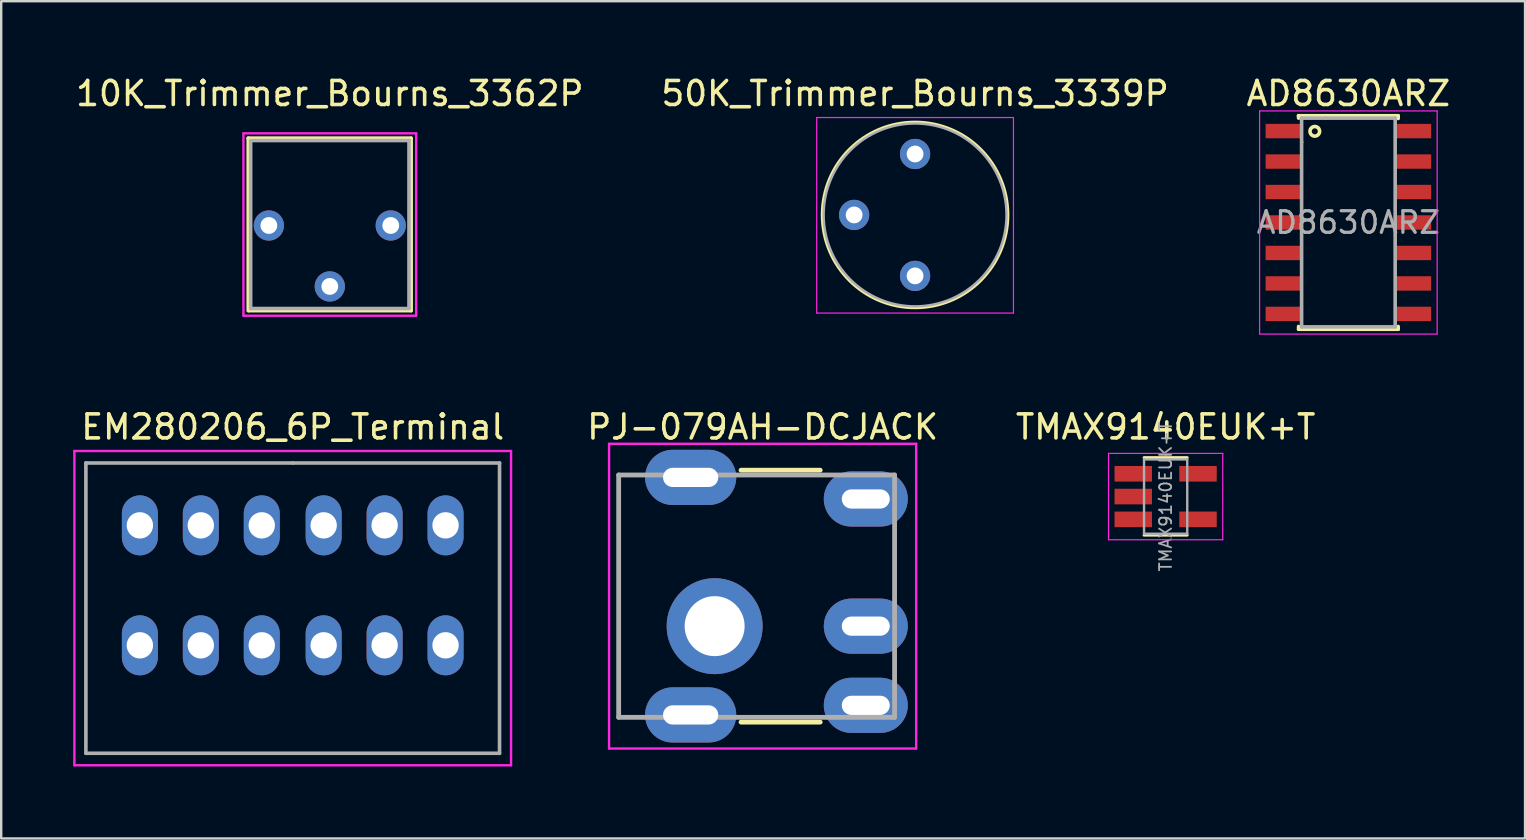
<source format=kicad_pcb>
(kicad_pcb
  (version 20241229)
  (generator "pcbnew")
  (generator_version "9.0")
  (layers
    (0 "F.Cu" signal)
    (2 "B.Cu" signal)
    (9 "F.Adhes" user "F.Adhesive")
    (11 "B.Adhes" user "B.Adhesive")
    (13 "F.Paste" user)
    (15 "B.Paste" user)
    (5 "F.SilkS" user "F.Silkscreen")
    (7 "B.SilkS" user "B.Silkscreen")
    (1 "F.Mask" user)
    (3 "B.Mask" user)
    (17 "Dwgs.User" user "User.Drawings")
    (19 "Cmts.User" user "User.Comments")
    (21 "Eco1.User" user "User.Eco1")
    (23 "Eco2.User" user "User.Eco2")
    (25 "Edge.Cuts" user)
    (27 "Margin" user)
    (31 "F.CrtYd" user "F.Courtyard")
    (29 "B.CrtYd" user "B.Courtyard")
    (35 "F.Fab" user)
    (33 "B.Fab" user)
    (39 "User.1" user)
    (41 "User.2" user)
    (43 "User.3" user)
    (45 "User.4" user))
  (footprint "AD8630ARZ"
    (layer "F.Cu")
    (at 53.149 6.223)
    (property "Reference" "AD8630ARZ" (at 0 -5.375 0) (layer "F.SilkS") (effects (font (size 1 1) (thickness 0.15))))
    (attr smd)
    (fp_line (start -2.075 -4.45) (end -2.075 -4.425) (stroke (width 0.15) (type solid)) (layer "F.SilkS"))
    (fp_line (start -2.075 -4.45) (end -2.075 -4.35) (stroke (width 0.15) (type solid)) (layer "F.SilkS"))
    (fp_line (start -2.075 -4.45) (end 2.075 -4.45) (stroke (width 0.15) (type solid)) (layer "F.SilkS"))
    (fp_line (start -2.075 4.45) (end -2.075 4.335) (stroke (width 0.15) (type solid)) (layer "F.SilkS"))
    (fp_line (start -2.075 4.45) (end 2.075 4.45) (stroke (width 0.15) (type solid)) (layer "F.SilkS"))
    (fp_line (start 2.075 -4.45) (end 2.075 -4.335) (stroke (width 0.15) (type solid)) (layer "F.SilkS"))
    (fp_line (start 2.075 4.45) (end 2.075 4.335) (stroke (width 0.15) (type solid)) (layer "F.SilkS"))
    (fp_circle (center -1.4 -3.8) (end -1.4 -3.6) (stroke (width 0.15) (type solid)) (fill no) (layer "F.SilkS"))
    (fp_line (start -3.7 -4.65) (end -3.7 4.65) (stroke (width 0.05) (type solid)) (layer "F.CrtYd"))
    (fp_line (start -3.7 -4.65) (end 3.7 -4.65) (stroke (width 0.05) (type solid)) (layer "F.CrtYd"))
    (fp_line (start -3.7 4.65) (end 3.7 4.65) (stroke (width 0.05) (type solid)) (layer "F.CrtYd"))
    (fp_line (start 3.7 -4.65) (end 3.7 4.65) (stroke (width 0.05) (type solid)) (layer "F.CrtYd"))
    (fp_line (start -1.95 -4.35) (end -1.95 -3.35) (stroke (width 0.15) (type solid)) (layer "F.Fab"))
    (fp_line (start -1.95 4.35) (end -1.95 -3.35) (stroke (width 0.15) (type solid)) (layer "F.Fab"))
    (fp_line (start -0.95 -4.35) (end -1.95 -4.35) (stroke (width 0.15) (type solid)) (layer "F.Fab"))
    (fp_line (start -0.95 -4.35) (end 1.95 -4.35) (stroke (width 0.15) (type solid)) (layer "F.Fab"))
    (fp_line (start 1.95 -4.35) (end 1.95 4.35) (stroke (width 0.15) (type solid)) (layer "F.Fab"))
    (fp_line (start 1.95 4.35) (end -1.95 4.35) (stroke (width 0.15) (type solid)) (layer "F.Fab"))
    (fp_text user "${REFERENCE}" (at 0 0 0) (layer "F.Fab") (effects (font (size 0.9 0.9) (thickness 0.135))))
    (pad "1" smd rect (at -2.7 -3.81) (size 1.5 0.6) (layers "F.Cu" "F.Mask" "F.Paste"))
    (pad "2" smd rect (at -2.7 -2.54) (size 1.5 0.6) (layers "F.Cu" "F.Mask" "F.Paste"))
    (pad "3" smd rect (at -2.7 -1.27) (size 1.5 0.6) (layers "F.Cu" "F.Mask" "F.Paste"))
    (pad "4" smd rect (at -2.7 0) (size 1.5 0.6) (layers "F.Cu" "F.Mask" "F.Paste"))
    (pad "5" smd rect (at -2.7 1.27) (size 1.5 0.6) (layers "F.Cu" "F.Mask" "F.Paste"))
    (pad "6" smd rect (at -2.7 2.54) (size 1.5 0.6) (layers "F.Cu" "F.Mask" "F.Paste"))
    (pad "7" smd rect (at -2.7 3.81) (size 1.5 0.6) (layers "F.Cu" "F.Mask" "F.Paste"))
    (pad "8" smd rect (at 2.7 3.81) (size 1.5 0.6) (layers "F.Cu" "F.Mask" "F.Paste"))
    (pad "9" smd rect (at 2.7 2.54) (size 1.5 0.6) (layers "F.Cu" "F.Mask" "F.Paste"))
    (pad "10" smd rect (at 2.7 1.27) (size 1.5 0.6) (layers "F.Cu" "F.Mask" "F.Paste"))
    (pad "11" smd rect (at 2.7 0) (size 1.5 0.6) (layers "F.Cu" "F.Mask" "F.Paste"))
    (pad "12" smd rect (at 2.7 -1.27) (size 1.5 0.6) (layers "F.Cu" "F.Mask" "F.Paste"))
    (pad "13" smd rect (at 2.7 -2.54) (size 1.5 0.6) (layers "F.Cu" "F.Mask" "F.Paste"))
    (pad "14" smd rect (at 2.7 -3.81) (size 1.5 0.6) (layers "F.Cu" "F.Mask" "F.Paste")))
  (footprint "10K_Trimmer_Bourns_3362P"
    (layer "F.Cu")
    (at 10.696 6.348)
    (property "Reference" "10K_Trimmer_Bourns_3362P" (at 0 -5.5 0) (layer "F.SilkS") (effects (font (size 1 1) (thickness 0.15))))
    (attr through_hole)
    (fp_line (start -3.4 -3.64) (end -3.4 3.55) (stroke (width 0.15) (type solid)) (layer "F.SilkS"))
    (fp_line (start -3.4 -3.64) (end 3.39 -3.64) (stroke (width 0.15) (type solid)) (layer "F.SilkS"))
    (fp_line (start 3.39 -3.64) (end 3.39 3.55) (stroke (width 0.15) (type solid)) (layer "F.SilkS"))
    (fp_line (start 3.39 3.55) (end -3.38 3.55) (stroke (width 0.15) (type solid)) (layer "F.SilkS"))
    (fp_line (start -3.6 -3.84) (end 3.6 -3.84) (stroke (width 0.1) (type solid)) (layer "F.CrtYd"))
    (fp_line (start -3.6 3.76) (end -3.6 -3.84) (stroke (width 0.1) (type solid)) (layer "F.CrtYd"))
    (fp_line (start 3.6 -3.84) (end 3.6 3.76) (stroke (width 0.1) (type solid)) (layer "F.CrtYd"))
    (fp_line (start 3.6 3.76) (end -3.6 3.76) (stroke (width 0.1) (type solid)) (layer "F.CrtYd"))
    (fp_line (start -3.3 -3.54) (end 3.3 -3.54) (stroke (width 0.15) (type solid)) (layer "F.Fab"))
    (fp_line (start -3.3 3.46) (end -3.3 -3.53) (stroke (width 0.15) (type solid)) (layer "F.Fab"))
    (fp_line (start 3.3 -3.54) (end 3.3 3.45) (stroke (width 0.15) (type solid)) (layer "F.Fab"))
    (fp_line (start 3.3 3.46) (end -3.3 3.46) (stroke (width 0.15) (type solid)) (layer "F.Fab"))
    (pad "1" thru_hole circle (at -2.54 0) (size 1.26 1.26) (drill 0.7) (layers "*.Cu" "*.Mask"))
    (pad "2" thru_hole circle (at 0 2.54) (size 1.26 1.26) (drill 0.7) (layers "*.Cu" "*.Mask"))
    (pad "3" thru_hole circle (at 2.54 0) (size 1.26 1.26) (drill 0.7) (layers "*.Cu" "*.Mask")))
  (footprint "EM280206_6P_Terminal"
    (layer "F.Cu")
    (at 9.15 23.846)
    (property "Reference" "EM280206_6P_Terminal" (at 0 -9.1 0) (layer "F.SilkS") (effects (font (size 1 1) (thickness 0.15))))
    (attr through_hole)
    (fp_line (start -9.1 -8.1) (end 9.1 -8.1) (stroke (width 0.1) (type solid)) (layer "F.CrtYd"))
    (fp_line (start -9.1 5) (end -9.1 -8.1) (stroke (width 0.1) (type solid)) (layer "F.CrtYd"))
    (fp_line (start 9.1 -8.1) (end 9.1 5) (stroke (width 0.1) (type solid)) (layer "F.CrtYd"))
    (fp_line (start 9.1 5) (end -9.1 5) (stroke (width 0.1) (type solid)) (layer "F.CrtYd"))
    (fp_line (start -8.62 -7.6) (end 0 -7.6) (stroke (width 0.15) (type solid)) (layer "F.Fab"))
    (fp_line (start -8.62 4.5) (end -8.62 -7.6) (stroke (width 0.15) (type solid)) (layer "F.Fab"))
    (fp_line (start 0 -7.6) (end 8.62 -7.6) (stroke (width 0.15) (type solid)) (layer "F.Fab"))
    (fp_line (start 8.62 -7.6) (end 8.62 4.5) (stroke (width 0.15) (type solid)) (layer "F.Fab"))
    (fp_line (start 8.62 4.5) (end -8.62 4.5) (stroke (width 0.15) (type solid)) (layer "F.Fab"))
    (pad "1" thru_hole oval (at -6.37 -5) (size 1.5 2.5) (drill 1.1) (layers "*.Cu" "*.Mask"))
    (pad "1" thru_hole oval (at -6.37 0) (size 1.5 2.5) (drill 1.1) (layers "*.Cu" "*.Mask"))
    (pad "2" thru_hole oval (at -3.83 -5) (size 1.5 2.5) (drill 1.1) (layers "*.Cu" "*.Mask"))
    (pad "2" thru_hole oval (at -3.83 0) (size 1.5 2.5) (drill 1.1) (layers "*.Cu" "*.Mask"))
    (pad "3" thru_hole oval (at -1.29 -5) (size 1.5 2.5) (drill 1.1) (layers "*.Cu" "*.Mask"))
    (pad "3" thru_hole oval (at -1.29 0) (size 1.5 2.5) (drill 1.1) (layers "*.Cu" "*.Mask"))
    (pad "4" thru_hole oval (at 1.29 -5) (size 1.5 2.5) (drill 1.1) (layers "*.Cu" "*.Mask"))
    (pad "4" thru_hole oval (at 1.29 0) (size 1.5 2.5) (drill 1.1) (layers "*.Cu" "*.Mask"))
    (pad "5" thru_hole oval (at 3.83 -5) (size 1.5 2.5) (drill 1.1) (layers "*.Cu" "*.Mask"))
    (pad "5" thru_hole oval (at 3.83 0) (size 1.5 2.5) (drill 1.1) (layers "*.Cu" "*.Mask"))
    (pad "6" thru_hole oval (at 6.37 -5) (size 1.5 2.5) (drill 1.1) (layers "*.Cu" "*.Mask"))
    (pad "6" thru_hole oval (at 6.37 0) (size 1.5 2.5) (drill 1.1) (layers "*.Cu" "*.Mask")))
  (footprint "PJ-079AH-DCJACK"
    (layer "F.Cu")
    (at 26.735 23.047)
    (property "Reference" "PJ-079AH-DCJACK" (at 2 -8.3 0) (layer "F.SilkS") (effects (font (size 1 1) (thickness 0.15))))
    (attr through_hole)
    (fp_line (start 1.1 -6.5) (end 4.4 -6.5) (stroke (width 0.2) (type solid)) (layer "F.SilkS"))
    (fp_line (start 1.1 4) (end 4.4 4) (stroke (width 0.2) (type solid)) (layer "F.SilkS"))
    (fp_line (start -4.4 -7.6) (end 8.4 -7.6) (stroke (width 0.1) (type solid)) (layer "F.CrtYd"))
    (fp_line (start -4.4 5.1) (end -4.4 -7.6) (stroke (width 0.1) (type solid)) (layer "F.CrtYd"))
    (fp_line (start 8.4 5.1) (end -4.4 5.1) (stroke (width 0.1) (type solid)) (layer "F.CrtYd"))
    (fp_line (start 8.4 5.1) (end 8.4 -7.6) (stroke (width 0.1) (type solid)) (layer "F.CrtYd"))
    (fp_line (start -4 -6.3) (end -4 3.8) (stroke (width 0.2) (type solid)) (layer "F.Fab"))
    (fp_line (start -4 3.8) (end 7.5 3.8) (stroke (width 0.2) (type solid)) (layer "F.Fab"))
    (fp_line (start 7.5 -6.3) (end -4 -6.3) (stroke (width 0.2) (type solid)) (layer "F.Fab"))
    (fp_line (start 7.5 3.8) (end 7.5 -6.3) (stroke (width 0.2) (type solid)) (layer "F.Fab"))
    (pad "" thru_hole oval (at -1 -6.2) (size 3.8 2.3) (drill oval 2.3 0.8) (layers "*.Cu" "*.Mask"))
    (pad "" thru_hole oval (at -1 3.7) (size 3.8 2.3) (drill oval 2.3 0.8) (layers "*.Cu" "*.Mask"))
    (pad "" thru_hole circle (at 0 0) (size 4 4) (drill 2.5) (layers "*.Cu" "*.Mask"))
    (pad "1" thru_hole oval (at 6.3 3.3) (size 3.5 2.3) (drill oval 2 0.8) (layers "*.Cu" "*.Mask"))
    (pad "2" thru_hole oval (at 6.3 -5.3) (size 3.5 2.3) (drill oval 2 0.8) (layers "*.Cu" "*.Mask"))
    (pad "3" thru_hole oval (at 6.3 0) (size 3.5 2.3) (drill oval 2 0.8) (layers "*.Cu" "*.Mask")))
  (footprint "TMAX9140EUK+T"
    (layer "F.Cu")
    (at 45.532 17.646)
    (property "Reference" "TMAX9140EUK+T" (at 0 -2.9 0) (layer "F.SilkS") (effects (font (size 1 1) (thickness 0.15))))
    (attr smd)
    (fp_line (start -0.9 1.61) (end 0.9 1.61) (stroke (width 0.12) (type solid)) (layer "F.SilkS"))
    (fp_line (start 0.9 -1.625) (end -0.9 -1.625) (stroke (width 0.12) (type solid)) (layer "F.SilkS"))
    (fp_line (start -2.38 -1.8) (end -2.38 1.8) (stroke (width 0.05) (type solid)) (layer "F.CrtYd"))
    (fp_line (start -2.38 -1.8) (end 2.38 -1.8) (stroke (width 0.05) (type solid)) (layer "F.CrtYd"))
    (fp_line (start 2.38 1.8) (end -2.38 1.8) (stroke (width 0.05) (type solid)) (layer "F.CrtYd"))
    (fp_line (start 2.38 1.8) (end 2.38 -1.8) (stroke (width 0.05) (type solid)) (layer "F.CrtYd"))
    (fp_line (start -0.9 -1.55) (end -0.9 -0.9) (stroke (width 0.1) (type solid)) (layer "F.Fab"))
    (fp_line (start -0.9 -0.9) (end -0.9 1.55) (stroke (width 0.1) (type solid)) (layer "F.Fab"))
    (fp_line (start -0.25 -1.55) (end -0.9 -1.55) (stroke (width 0.1) (type solid)) (layer "F.Fab"))
    (fp_line (start 0.9 -1.55) (end -0.25 -1.55) (stroke (width 0.1) (type solid)) (layer "F.Fab"))
    (fp_line (start 0.9 -1.55) (end 0.9 1.55) (stroke (width 0.1) (type solid)) (layer "F.Fab"))
    (fp_line (start 0.9 1.55) (end -0.9 1.55) (stroke (width 0.1) (type solid)) (layer "F.Fab"))
    (fp_text user "${REFERENCE}" (at 0 0 90) (layer "F.Fab") (effects (font (size 0.5 0.5) (thickness 0.075))))
    (pad "1" smd rect (at -1.35 -0.95) (size 1.56 0.65) (layers "F.Cu" "F.Mask" "F.Paste"))
    (pad "2" smd rect (at -1.35 0) (size 1.56 0.65) (layers "F.Cu" "F.Mask" "F.Paste"))
    (pad "3" smd rect (at -1.35 0.95) (size 1.56 0.65) (layers "F.Cu" "F.Mask" "F.Paste"))
    (pad "4" smd rect (at 1.35 0.95) (size 1.56 0.65) (layers "F.Cu" "F.Mask" "F.Paste"))
    (pad "5" smd rect (at 1.35 -0.95) (size 1.56 0.65) (layers "F.Cu" "F.Mask" "F.Paste")))
  (footprint "50K_Trimmer_Bourns_3339P"
    (layer "F.Cu")
    (at 35.089 8.448)
    (property "Reference" "50K_Trimmer_Bourns_3339P" (at 0 -7.6 0) (layer "F.SilkS") (effects (font (size 1 1) (thickness 0.15))))
    (attr through_hole)
    (fp_circle (center 0 -2.54) (end 3.87 -2.54) (stroke (width 0.12) (type solid)) (fill no) (layer "F.SilkS"))
    (fp_line (start -4.1 -6.6) (end -4.1 1.55) (stroke (width 0.05) (type solid)) (layer "F.CrtYd"))
    (fp_line (start -4.1 1.55) (end 4.1 1.55) (stroke (width 0.05) (type solid)) (layer "F.CrtYd"))
    (fp_line (start 4.1 -6.6) (end -4.1 -6.6) (stroke (width 0.05) (type solid)) (layer "F.CrtYd"))
    (fp_line (start 4.1 1.55) (end 4.1 -6.6) (stroke (width 0.05) (type solid)) (layer "F.CrtYd"))
    (fp_circle (center 0 -2.54) (end 3.81 -2.54) (stroke (width 0.1) (type solid)) (fill no) (layer "F.Fab"))
    (pad "1" thru_hole circle (at 0 0) (size 1.26 1.26) (drill 0.7) (layers "*.Cu" "*.Mask"))
    (pad "2" thru_hole circle (at -2.54 -2.54) (size 1.26 1.26) (drill 0.7) (layers "*.Cu" "*.Mask"))
    (pad "3" thru_hole circle (at 0 -5.08) (size 1.26 1.26) (drill 0.7) (layers "*.Cu" "*.Mask")))
  (gr_rect
    (start -3 -3)
    (end 60.512 31.896)
    (stroke (width 0.1) (type default))
    (fill no)
    (layer "Edge.Cuts")))
</source>
